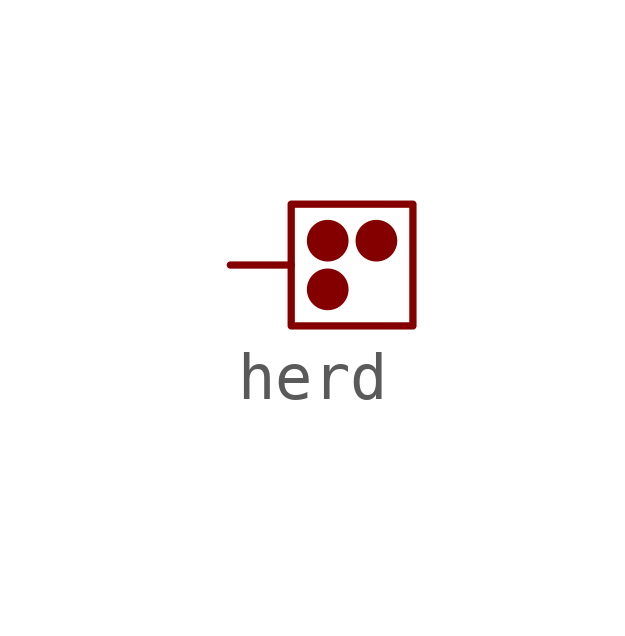
<source format=kicad_sym>
(kicad_symbol_lib
  (version 20211014)
  (generator kicad_symbol_editor)
  (symbol "herd"
    (pin_numbers hide)
    (pin_names
      (offset 0) hide)
    (property "Reference" "U"
      (at -3.81 2.54 0)
      (effects (font (size 1.27 1.27)) hide))
    (symbol "herd_0_1"
      (rectangle (start 1.27 -1.27) (end 3.81 1.27) (stroke (width 0) (type default) (color 0 0 0 0)) (fill (type none)))
      (circle (center 2.032 -0.508) (radius 0.359) (stroke (width 0) (type default) (color 0 0 0 0)) (fill (type outline)))
      (circle (center 2.032 0.508) (radius 0.359) (stroke (width 0) (type default) (color 0 0 0 0)) (fill (type outline)))
      (circle (center 3.048 0.508) (radius 0.359) (stroke (width 0) (type default) (color 0 0 0 0)) (fill (type outline))))
    (symbol "herd_1_1"
      (pin passive line (at 0 0 0) (length 1.27) (name "2" (effects (font (size 1.27 1.27)))) (number "2" (effects (font (size 1.27 1.27))))))))
</source>
